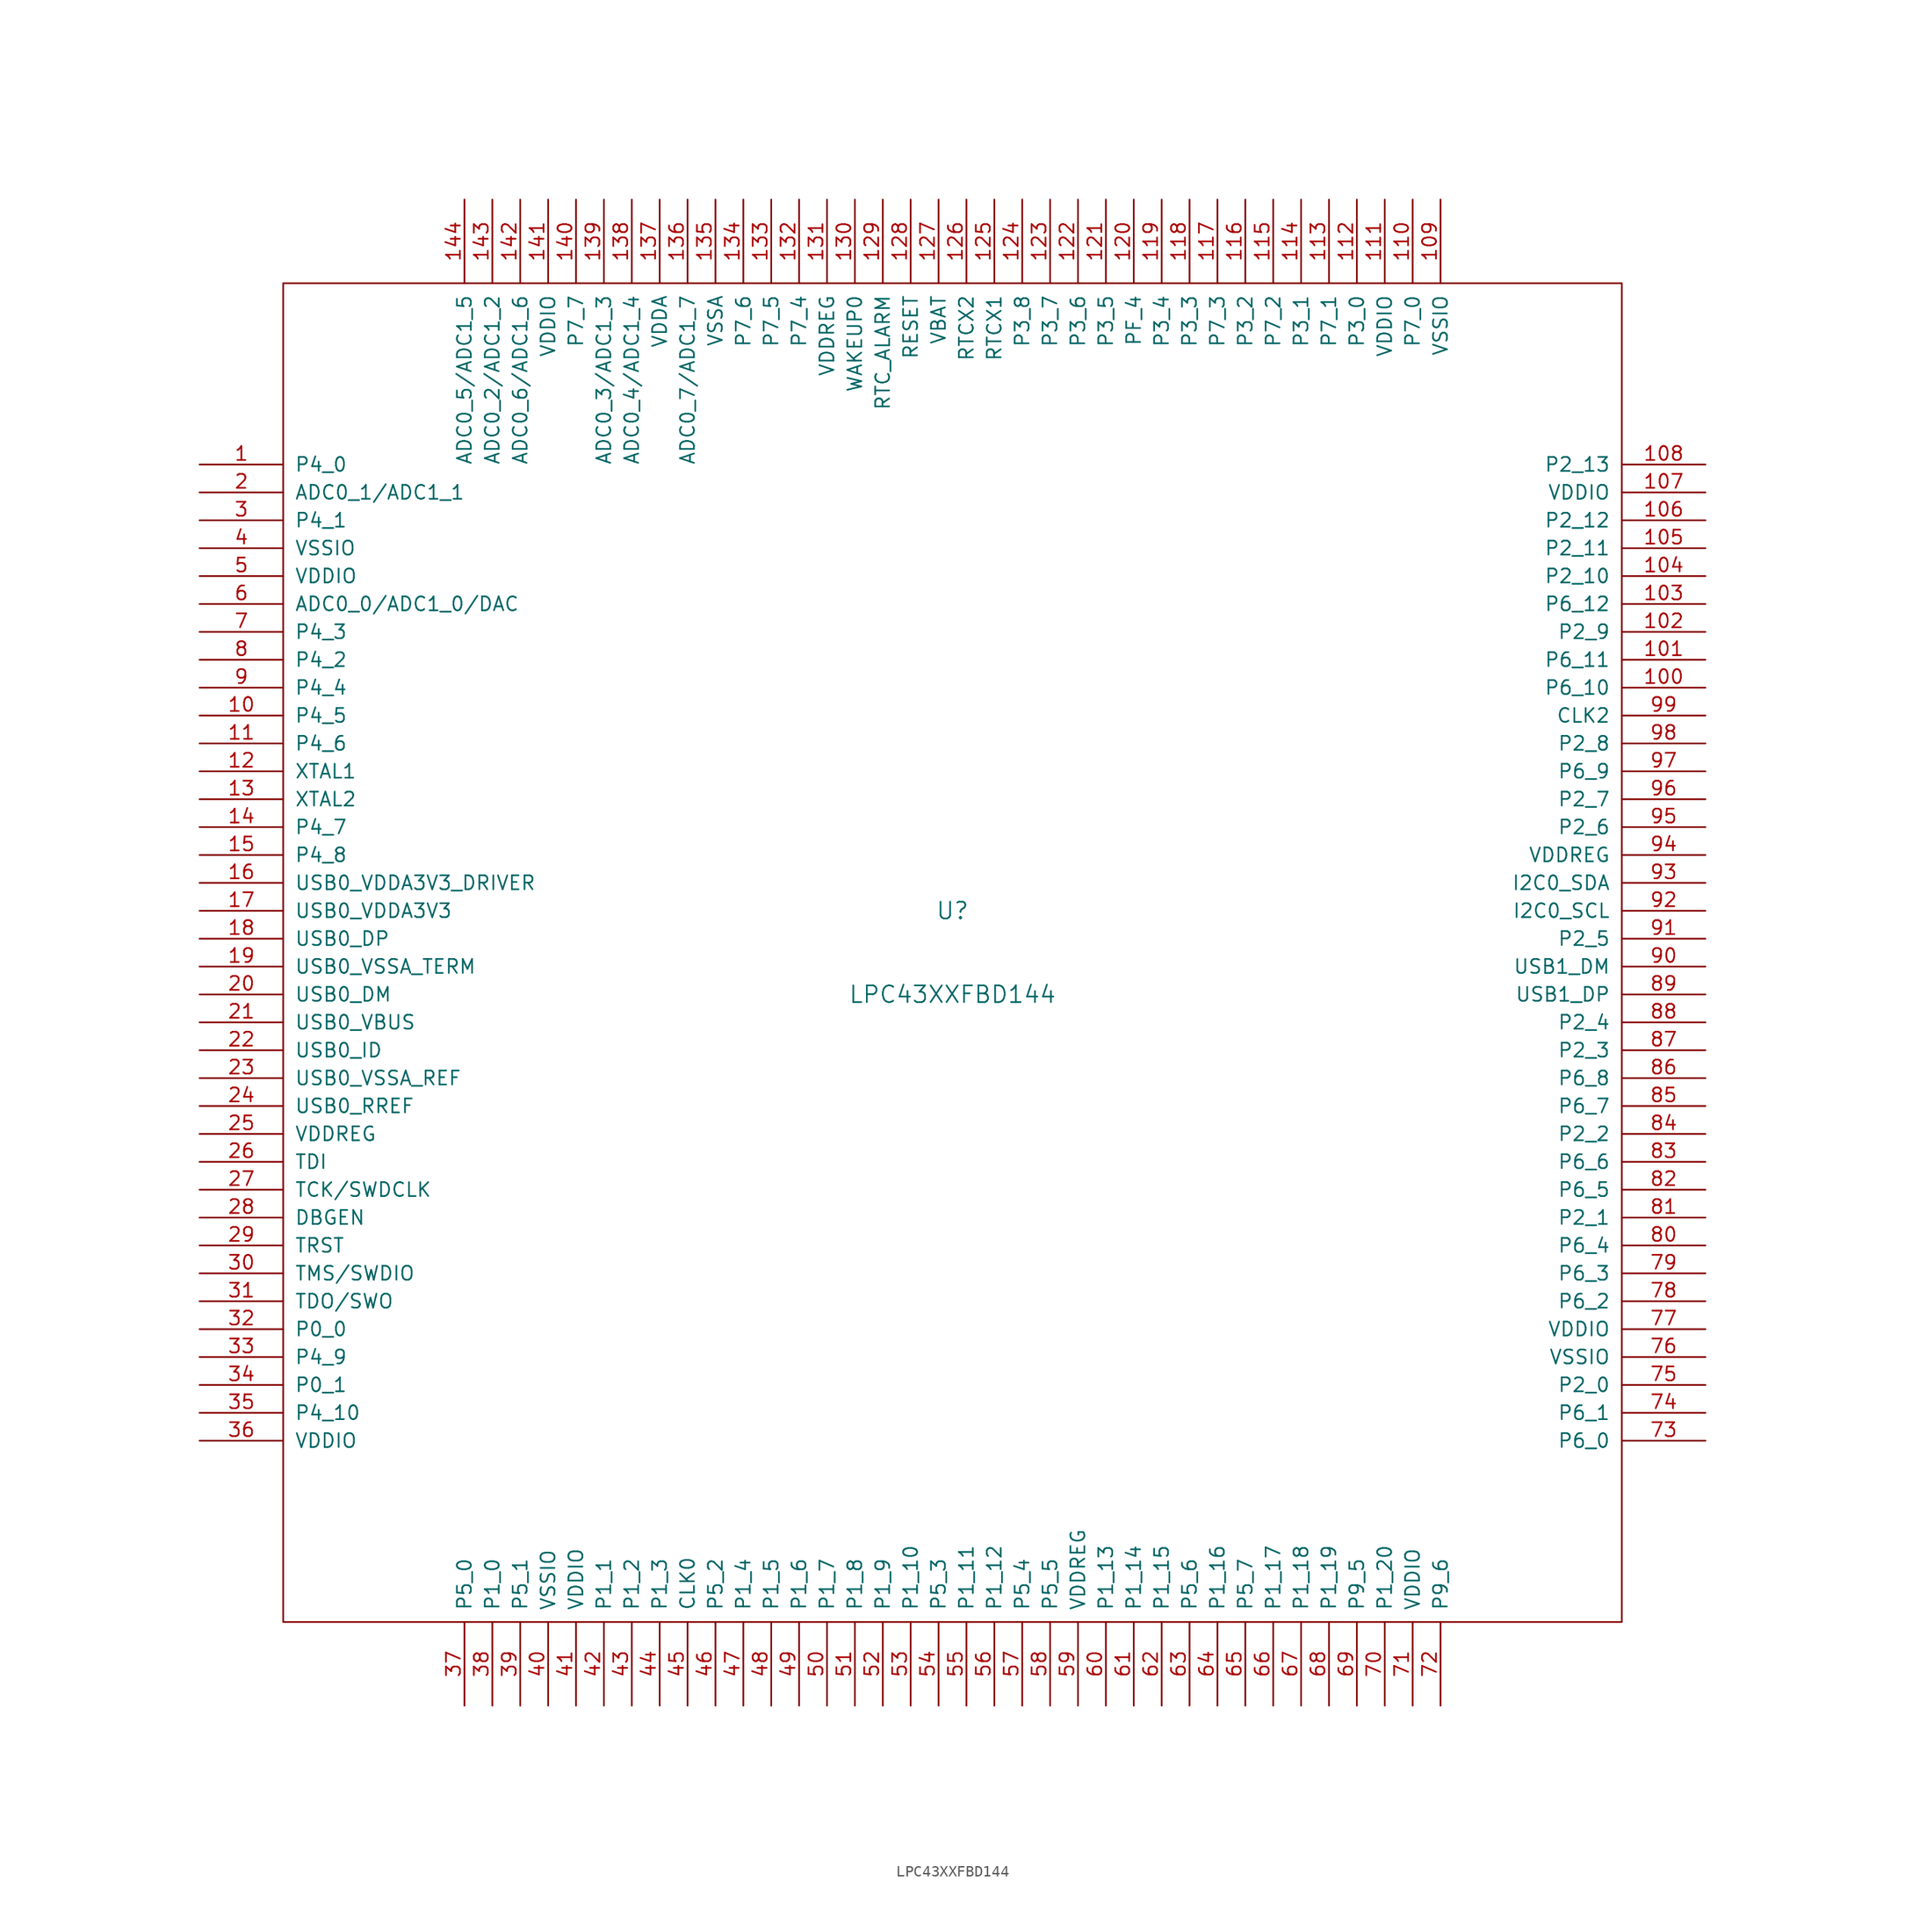
<source format=kicad_sym>
(kicad_symbol_lib
  (version 20211014)
  (generator kicad_symbol_editor)
  (symbol "LPC43XXFBD144"
    (pin_names
      (offset 1.016))
    (property "Reference" "U"
      (at 0 3.81 0)
      (effects (font (size 1.524 1.524))))
    (property "Value" "LPC43XXFBD144"
      (at 0 -3.81 0)
      (effects (font (size 1.524 1.524))))
    (property "Footprint" ""
      (at 0 0 0)
      (effects (font (size 1.524 1.524))))
    (property "Datasheet" ""
      (at 0 0 0)
      (effects (font (size 1.524 1.524))))
    (symbol "LPC43XXFBD144_0_1"
      (rectangle (start -60.96 60.96) (end 60.96 -60.96) (stroke (width 0) (type default) (color 0 0 0 0)) (fill (type none))))
    (symbol "LPC43XXFBD144_1_1"
      (pin bidirectional line (at -68.58 44.45 0) (length 7.62) (name "P4_0" (effects (font (size 1.27 1.27)))) (number "1" (effects (font (size 1.27 1.27)))))
      (pin bidirectional line (at -68.58 21.59 0) (length 7.62) (name "P4_5" (effects (font (size 1.27 1.27)))) (number "10" (effects (font (size 1.27 1.27)))))
      (pin bidirectional line (at 68.58 24.13 180) (length 7.62) (name "P6_10" (effects (font (size 1.27 1.27)))) (number "100" (effects (font (size 1.27 1.27)))))
      (pin bidirectional line (at 68.58 26.67 180) (length 7.62) (name "P6_11" (effects (font (size 1.27 1.27)))) (number "101" (effects (font (size 1.27 1.27)))))
      (pin bidirectional line (at 68.58 29.21 180) (length 7.62) (name "P2_9" (effects (font (size 1.27 1.27)))) (number "102" (effects (font (size 1.27 1.27)))))
      (pin bidirectional line (at 68.58 31.75 180) (length 7.62) (name "P6_12" (effects (font (size 1.27 1.27)))) (number "103" (effects (font (size 1.27 1.27)))))
      (pin bidirectional line (at 68.58 34.29 180) (length 7.62) (name "P2_10" (effects (font (size 1.27 1.27)))) (number "104" (effects (font (size 1.27 1.27)))))
      (pin bidirectional line (at 68.58 36.83 180) (length 7.62) (name "P2_11" (effects (font (size 1.27 1.27)))) (number "105" (effects (font (size 1.27 1.27)))))
      (pin bidirectional line (at 68.58 39.37 180) (length 7.62) (name "P2_12" (effects (font (size 1.27 1.27)))) (number "106" (effects (font (size 1.27 1.27)))))
      (pin power_in line (at 68.58 41.91 180) (length 7.62) (name "VDDIO" (effects (font (size 1.27 1.27)))) (number "107" (effects (font (size 1.27 1.27)))))
      (pin bidirectional line (at 68.58 44.45 180) (length 7.62) (name "P2_13" (effects (font (size 1.27 1.27)))) (number "108" (effects (font (size 1.27 1.27)))))
      (pin power_in line (at 44.45 68.58 270) (length 7.62) (name "VSSIO" (effects (font (size 1.27 1.27)))) (number "109" (effects (font (size 1.27 1.27)))))
      (pin bidirectional line (at -68.58 19.05 0) (length 7.62) (name "P4_6" (effects (font (size 1.27 1.27)))) (number "11" (effects (font (size 1.27 1.27)))))
      (pin bidirectional line (at 41.91 68.58 270) (length 7.62) (name "P7_0" (effects (font (size 1.27 1.27)))) (number "110" (effects (font (size 1.27 1.27)))))
      (pin power_in line (at 39.37 68.58 270) (length 7.62) (name "VDDIO" (effects (font (size 1.27 1.27)))) (number "111" (effects (font (size 1.27 1.27)))))
      (pin bidirectional line (at 36.83 68.58 270) (length 7.62) (name "P3_0" (effects (font (size 1.27 1.27)))) (number "112" (effects (font (size 1.27 1.27)))))
      (pin bidirectional line (at 34.29 68.58 270) (length 7.62) (name "P7_1" (effects (font (size 1.27 1.27)))) (number "113" (effects (font (size 1.27 1.27)))))
      (pin bidirectional line (at 31.75 68.58 270) (length 7.62) (name "P3_1" (effects (font (size 1.27 1.27)))) (number "114" (effects (font (size 1.27 1.27)))))
      (pin bidirectional line (at 29.21 68.58 270) (length 7.62) (name "P7_2" (effects (font (size 1.27 1.27)))) (number "115" (effects (font (size 1.27 1.27)))))
      (pin bidirectional line (at 26.67 68.58 270) (length 7.62) (name "P3_2" (effects (font (size 1.27 1.27)))) (number "116" (effects (font (size 1.27 1.27)))))
      (pin bidirectional line (at 24.13 68.58 270) (length 7.62) (name "P7_3" (effects (font (size 1.27 1.27)))) (number "117" (effects (font (size 1.27 1.27)))))
      (pin bidirectional line (at 21.59 68.58 270) (length 7.62) (name "P3_3" (effects (font (size 1.27 1.27)))) (number "118" (effects (font (size 1.27 1.27)))))
      (pin bidirectional line (at 19.05 68.58 270) (length 7.62) (name "P3_4" (effects (font (size 1.27 1.27)))) (number "119" (effects (font (size 1.27 1.27)))))
      (pin input line (at -68.58 16.51 0) (length 7.62) (name "XTAL1" (effects (font (size 1.27 1.27)))) (number "12" (effects (font (size 1.27 1.27)))))
      (pin bidirectional line (at 16.51 68.58 270) (length 7.62) (name "PF_4" (effects (font (size 1.27 1.27)))) (number "120" (effects (font (size 1.27 1.27)))))
      (pin bidirectional line (at 13.97 68.58 270) (length 7.62) (name "P3_5" (effects (font (size 1.27 1.27)))) (number "121" (effects (font (size 1.27 1.27)))))
      (pin bidirectional line (at 11.43 68.58 270) (length 7.62) (name "P3_6" (effects (font (size 1.27 1.27)))) (number "122" (effects (font (size 1.27 1.27)))))
      (pin bidirectional line (at 8.89 68.58 270) (length 7.62) (name "P3_7" (effects (font (size 1.27 1.27)))) (number "123" (effects (font (size 1.27 1.27)))))
      (pin bidirectional line (at 6.35 68.58 270) (length 7.62) (name "P3_8" (effects (font (size 1.27 1.27)))) (number "124" (effects (font (size 1.27 1.27)))))
      (pin input line (at 3.81 68.58 270) (length 7.62) (name "RTCX1" (effects (font (size 1.27 1.27)))) (number "125" (effects (font (size 1.27 1.27)))))
      (pin output line (at 1.27 68.58 270) (length 7.62) (name "RTCX2" (effects (font (size 1.27 1.27)))) (number "126" (effects (font (size 1.27 1.27)))))
      (pin power_in line (at -1.27 68.58 270) (length 7.62) (name "VBAT" (effects (font (size 1.27 1.27)))) (number "127" (effects (font (size 1.27 1.27)))))
      (pin input line (at -3.81 68.58 270) (length 7.62) (name "RESET" (effects (font (size 1.27 1.27)))) (number "128" (effects (font (size 1.27 1.27)))))
      (pin output line (at -6.35 68.58 270) (length 7.62) (name "RTC_ALARM" (effects (font (size 1.27 1.27)))) (number "129" (effects (font (size 1.27 1.27)))))
      (pin output line (at -68.58 13.97 0) (length 7.62) (name "XTAL2" (effects (font (size 1.27 1.27)))) (number "13" (effects (font (size 1.27 1.27)))))
      (pin input line (at -8.89 68.58 270) (length 7.62) (name "WAKEUP0" (effects (font (size 1.27 1.27)))) (number "130" (effects (font (size 1.27 1.27)))))
      (pin power_in line (at -11.43 68.58 270) (length 7.62) (name "VDDREG" (effects (font (size 1.27 1.27)))) (number "131" (effects (font (size 1.27 1.27)))))
      (pin bidirectional line (at -13.97 68.58 270) (length 7.62) (name "P7_4" (effects (font (size 1.27 1.27)))) (number "132" (effects (font (size 1.27 1.27)))))
      (pin bidirectional line (at -16.51 68.58 270) (length 7.62) (name "P7_5" (effects (font (size 1.27 1.27)))) (number "133" (effects (font (size 1.27 1.27)))))
      (pin bidirectional line (at -19.05 68.58 270) (length 7.62) (name "P7_6" (effects (font (size 1.27 1.27)))) (number "134" (effects (font (size 1.27 1.27)))))
      (pin power_in line (at -21.59 68.58 270) (length 7.62) (name "VSSA" (effects (font (size 1.27 1.27)))) (number "135" (effects (font (size 1.27 1.27)))))
      (pin input line (at -24.13 68.58 270) (length 7.62) (name "ADC0_7/ADC1_7" (effects (font (size 1.27 1.27)))) (number "136" (effects (font (size 1.27 1.27)))))
      (pin power_in line (at -26.67 68.58 270) (length 7.62) (name "VDDA" (effects (font (size 1.27 1.27)))) (number "137" (effects (font (size 1.27 1.27)))))
      (pin input line (at -29.21 68.58 270) (length 7.62) (name "ADC0_4/ADC1_4" (effects (font (size 1.27 1.27)))) (number "138" (effects (font (size 1.27 1.27)))))
      (pin input line (at -31.75 68.58 270) (length 7.62) (name "ADC0_3/ADC1_3" (effects (font (size 1.27 1.27)))) (number "139" (effects (font (size 1.27 1.27)))))
      (pin bidirectional line (at -68.58 11.43 0) (length 7.62) (name "P4_7" (effects (font (size 1.27 1.27)))) (number "14" (effects (font (size 1.27 1.27)))))
      (pin bidirectional line (at -34.29 68.58 270) (length 7.62) (name "P7_7" (effects (font (size 1.27 1.27)))) (number "140" (effects (font (size 1.27 1.27)))))
      (pin power_in line (at -36.83 68.58 270) (length 7.62) (name "VDDIO" (effects (font (size 1.27 1.27)))) (number "141" (effects (font (size 1.27 1.27)))))
      (pin input line (at -39.37 68.58 270) (length 7.62) (name "ADC0_6/ADC1_6" (effects (font (size 1.27 1.27)))) (number "142" (effects (font (size 1.27 1.27)))))
      (pin input line (at -41.91 68.58 270) (length 7.62) (name "ADC0_2/ADC1_2" (effects (font (size 1.27 1.27)))) (number "143" (effects (font (size 1.27 1.27)))))
      (pin input line (at -44.45 68.58 270) (length 7.62) (name "ADC0_5/ADC1_5" (effects (font (size 1.27 1.27)))) (number "144" (effects (font (size 1.27 1.27)))))
      (pin bidirectional line (at -68.58 8.89 0) (length 7.62) (name "P4_8" (effects (font (size 1.27 1.27)))) (number "15" (effects (font (size 1.27 1.27)))))
      (pin power_in line (at -68.58 6.35 0) (length 7.62) (name "USB0_VDDA3V3_DRIVER" (effects (font (size 1.27 1.27)))) (number "16" (effects (font (size 1.27 1.27)))))
      (pin power_in line (at -68.58 3.81 0) (length 7.62) (name "USB0_VDDA3V3" (effects (font (size 1.27 1.27)))) (number "17" (effects (font (size 1.27 1.27)))))
      (pin bidirectional line (at -68.58 1.27 0) (length 7.62) (name "USB0_DP" (effects (font (size 1.27 1.27)))) (number "18" (effects (font (size 1.27 1.27)))))
      (pin power_in line (at -68.58 -1.27 0) (length 7.62) (name "USB0_VSSA_TERM" (effects (font (size 1.27 1.27)))) (number "19" (effects (font (size 1.27 1.27)))))
      (pin input line (at -68.58 41.91 0) (length 7.62) (name "ADC0_1/ADC1_1" (effects (font (size 1.27 1.27)))) (number "2" (effects (font (size 1.27 1.27)))))
      (pin bidirectional line (at -68.58 -3.81 0) (length 7.62) (name "USB0_DM" (effects (font (size 1.27 1.27)))) (number "20" (effects (font (size 1.27 1.27)))))
      (pin bidirectional line (at -68.58 -6.35 0) (length 7.62) (name "USB0_VBUS" (effects (font (size 1.27 1.27)))) (number "21" (effects (font (size 1.27 1.27)))))
      (pin input line (at -68.58 -8.89 0) (length 7.62) (name "USB0_ID" (effects (font (size 1.27 1.27)))) (number "22" (effects (font (size 1.27 1.27)))))
      (pin power_in line (at -68.58 -11.43 0) (length 7.62) (name "USB0_VSSA_REF" (effects (font (size 1.27 1.27)))) (number "23" (effects (font (size 1.27 1.27)))))
      (pin bidirectional line (at -68.58 -13.97 0) (length 7.62) (name "USB0_RREF" (effects (font (size 1.27 1.27)))) (number "24" (effects (font (size 1.27 1.27)))))
      (pin power_in line (at -68.58 -16.51 0) (length 7.62) (name "VDDREG" (effects (font (size 1.27 1.27)))) (number "25" (effects (font (size 1.27 1.27)))))
      (pin input line (at -68.58 -19.05 0) (length 7.62) (name "TDI" (effects (font (size 1.27 1.27)))) (number "26" (effects (font (size 1.27 1.27)))))
      (pin input line (at -68.58 -21.59 0) (length 7.62) (name "TCK/SWDCLK" (effects (font (size 1.27 1.27)))) (number "27" (effects (font (size 1.27 1.27)))))
      (pin input line (at -68.58 -24.13 0) (length 7.62) (name "DBGEN" (effects (font (size 1.27 1.27)))) (number "28" (effects (font (size 1.27 1.27)))))
      (pin input line (at -68.58 -26.67 0) (length 7.62) (name "TRST" (effects (font (size 1.27 1.27)))) (number "29" (effects (font (size 1.27 1.27)))))
      (pin bidirectional line (at -68.58 39.37 0) (length 7.62) (name "P4_1" (effects (font (size 1.27 1.27)))) (number "3" (effects (font (size 1.27 1.27)))))
      (pin input line (at -68.58 -29.21 0) (length 7.62) (name "TMS/SWDIO" (effects (font (size 1.27 1.27)))) (number "30" (effects (font (size 1.27 1.27)))))
      (pin output line (at -68.58 -31.75 0) (length 7.62) (name "TDO/SWO" (effects (font (size 1.27 1.27)))) (number "31" (effects (font (size 1.27 1.27)))))
      (pin bidirectional line (at -68.58 -34.29 0) (length 7.62) (name "P0_0" (effects (font (size 1.27 1.27)))) (number "32" (effects (font (size 1.27 1.27)))))
      (pin bidirectional line (at -68.58 -36.83 0) (length 7.62) (name "P4_9" (effects (font (size 1.27 1.27)))) (number "33" (effects (font (size 1.27 1.27)))))
      (pin bidirectional line (at -68.58 -39.37 0) (length 7.62) (name "P0_1" (effects (font (size 1.27 1.27)))) (number "34" (effects (font (size 1.27 1.27)))))
      (pin bidirectional line (at -68.58 -41.91 0) (length 7.62) (name "P4_10" (effects (font (size 1.27 1.27)))) (number "35" (effects (font (size 1.27 1.27)))))
      (pin power_in line (at -68.58 -44.45 0) (length 7.62) (name "VDDIO" (effects (font (size 1.27 1.27)))) (number "36" (effects (font (size 1.27 1.27)))))
      (pin bidirectional line (at -44.45 -68.58 90) (length 7.62) (name "P5_0" (effects (font (size 1.27 1.27)))) (number "37" (effects (font (size 1.27 1.27)))))
      (pin bidirectional line (at -41.91 -68.58 90) (length 7.62) (name "P1_0" (effects (font (size 1.27 1.27)))) (number "38" (effects (font (size 1.27 1.27)))))
      (pin bidirectional line (at -39.37 -68.58 90) (length 7.62) (name "P5_1" (effects (font (size 1.27 1.27)))) (number "39" (effects (font (size 1.27 1.27)))))
      (pin power_in line (at -68.58 36.83 0) (length 7.62) (name "VSSIO" (effects (font (size 1.27 1.27)))) (number "4" (effects (font (size 1.27 1.27)))))
      (pin power_in line (at -36.83 -68.58 90) (length 7.62) (name "VSSIO" (effects (font (size 1.27 1.27)))) (number "40" (effects (font (size 1.27 1.27)))))
      (pin power_in line (at -34.29 -68.58 90) (length 7.62) (name "VDDIO" (effects (font (size 1.27 1.27)))) (number "41" (effects (font (size 1.27 1.27)))))
      (pin bidirectional line (at -31.75 -68.58 90) (length 7.62) (name "P1_1" (effects (font (size 1.27 1.27)))) (number "42" (effects (font (size 1.27 1.27)))))
      (pin bidirectional line (at -29.21 -68.58 90) (length 7.62) (name "P1_2" (effects (font (size 1.27 1.27)))) (number "43" (effects (font (size 1.27 1.27)))))
      (pin bidirectional line (at -26.67 -68.58 90) (length 7.62) (name "P1_3" (effects (font (size 1.27 1.27)))) (number "44" (effects (font (size 1.27 1.27)))))
      (pin bidirectional line (at -24.13 -68.58 90) (length 7.62) (name "CLK0" (effects (font (size 1.27 1.27)))) (number "45" (effects (font (size 1.27 1.27)))))
      (pin bidirectional line (at -21.59 -68.58 90) (length 7.62) (name "P5_2" (effects (font (size 1.27 1.27)))) (number "46" (effects (font (size 1.27 1.27)))))
      (pin bidirectional line (at -19.05 -68.58 90) (length 7.62) (name "P1_4" (effects (font (size 1.27 1.27)))) (number "47" (effects (font (size 1.27 1.27)))))
      (pin bidirectional line (at -16.51 -68.58 90) (length 7.62) (name "P1_5" (effects (font (size 1.27 1.27)))) (number "48" (effects (font (size 1.27 1.27)))))
      (pin bidirectional line (at -13.97 -68.58 90) (length 7.62) (name "P1_6" (effects (font (size 1.27 1.27)))) (number "49" (effects (font (size 1.27 1.27)))))
      (pin power_in line (at -68.58 34.29 0) (length 7.62) (name "VDDIO" (effects (font (size 1.27 1.27)))) (number "5" (effects (font (size 1.27 1.27)))))
      (pin bidirectional line (at -11.43 -68.58 90) (length 7.62) (name "P1_7" (effects (font (size 1.27 1.27)))) (number "50" (effects (font (size 1.27 1.27)))))
      (pin bidirectional line (at -8.89 -68.58 90) (length 7.62) (name "P1_8" (effects (font (size 1.27 1.27)))) (number "51" (effects (font (size 1.27 1.27)))))
      (pin bidirectional line (at -6.35 -68.58 90) (length 7.62) (name "P1_9" (effects (font (size 1.27 1.27)))) (number "52" (effects (font (size 1.27 1.27)))))
      (pin bidirectional line (at -3.81 -68.58 90) (length 7.62) (name "P1_10" (effects (font (size 1.27 1.27)))) (number "53" (effects (font (size 1.27 1.27)))))
      (pin bidirectional line (at -1.27 -68.58 90) (length 7.62) (name "P5_3" (effects (font (size 1.27 1.27)))) (number "54" (effects (font (size 1.27 1.27)))))
      (pin bidirectional line (at 1.27 -68.58 90) (length 7.62) (name "P1_11" (effects (font (size 1.27 1.27)))) (number "55" (effects (font (size 1.27 1.27)))))
      (pin bidirectional line (at 3.81 -68.58 90) (length 7.62) (name "P1_12" (effects (font (size 1.27 1.27)))) (number "56" (effects (font (size 1.27 1.27)))))
      (pin bidirectional line (at 6.35 -68.58 90) (length 7.62) (name "P5_4" (effects (font (size 1.27 1.27)))) (number "57" (effects (font (size 1.27 1.27)))))
      (pin bidirectional line (at 8.89 -68.58 90) (length 7.62) (name "P5_5" (effects (font (size 1.27 1.27)))) (number "58" (effects (font (size 1.27 1.27)))))
      (pin power_in line (at 11.43 -68.58 90) (length 7.62) (name "VDDREG" (effects (font (size 1.27 1.27)))) (number "59" (effects (font (size 1.27 1.27)))))
      (pin bidirectional line (at -68.58 31.75 0) (length 7.62) (name "ADC0_0/ADC1_0/DAC" (effects (font (size 1.27 1.27)))) (number "6" (effects (font (size 1.27 1.27)))))
      (pin bidirectional line (at 13.97 -68.58 90) (length 7.62) (name "P1_13" (effects (font (size 1.27 1.27)))) (number "60" (effects (font (size 1.27 1.27)))))
      (pin bidirectional line (at 16.51 -68.58 90) (length 7.62) (name "P1_14" (effects (font (size 1.27 1.27)))) (number "61" (effects (font (size 1.27 1.27)))))
      (pin bidirectional line (at 19.05 -68.58 90) (length 7.62) (name "P1_15" (effects (font (size 1.27 1.27)))) (number "62" (effects (font (size 1.27 1.27)))))
      (pin bidirectional line (at 21.59 -68.58 90) (length 7.62) (name "P5_6" (effects (font (size 1.27 1.27)))) (number "63" (effects (font (size 1.27 1.27)))))
      (pin bidirectional line (at 24.13 -68.58 90) (length 7.62) (name "P1_16" (effects (font (size 1.27 1.27)))) (number "64" (effects (font (size 1.27 1.27)))))
      (pin bidirectional line (at 26.67 -68.58 90) (length 7.62) (name "P5_7" (effects (font (size 1.27 1.27)))) (number "65" (effects (font (size 1.27 1.27)))))
      (pin bidirectional line (at 29.21 -68.58 90) (length 7.62) (name "P1_17" (effects (font (size 1.27 1.27)))) (number "66" (effects (font (size 1.27 1.27)))))
      (pin bidirectional line (at 31.75 -68.58 90) (length 7.62) (name "P1_18" (effects (font (size 1.27 1.27)))) (number "67" (effects (font (size 1.27 1.27)))))
      (pin bidirectional line (at 34.29 -68.58 90) (length 7.62) (name "P1_19" (effects (font (size 1.27 1.27)))) (number "68" (effects (font (size 1.27 1.27)))))
      (pin bidirectional line (at 36.83 -68.58 90) (length 7.62) (name "P9_5" (effects (font (size 1.27 1.27)))) (number "69" (effects (font (size 1.27 1.27)))))
      (pin bidirectional line (at -68.58 29.21 0) (length 7.62) (name "P4_3" (effects (font (size 1.27 1.27)))) (number "7" (effects (font (size 1.27 1.27)))))
      (pin bidirectional line (at 39.37 -68.58 90) (length 7.62) (name "P1_20" (effects (font (size 1.27 1.27)))) (number "70" (effects (font (size 1.27 1.27)))))
      (pin power_in line (at 41.91 -68.58 90) (length 7.62) (name "VDDIO" (effects (font (size 1.27 1.27)))) (number "71" (effects (font (size 1.27 1.27)))))
      (pin bidirectional line (at 44.45 -68.58 90) (length 7.62) (name "P9_6" (effects (font (size 1.27 1.27)))) (number "72" (effects (font (size 1.27 1.27)))))
      (pin bidirectional line (at 68.58 -44.45 180) (length 7.62) (name "P6_0" (effects (font (size 1.27 1.27)))) (number "73" (effects (font (size 1.27 1.27)))))
      (pin bidirectional line (at 68.58 -41.91 180) (length 7.62) (name "P6_1" (effects (font (size 1.27 1.27)))) (number "74" (effects (font (size 1.27 1.27)))))
      (pin bidirectional line (at 68.58 -39.37 180) (length 7.62) (name "P2_0" (effects (font (size 1.27 1.27)))) (number "75" (effects (font (size 1.27 1.27)))))
      (pin power_in line (at 68.58 -36.83 180) (length 7.62) (name "VSSIO" (effects (font (size 1.27 1.27)))) (number "76" (effects (font (size 1.27 1.27)))))
      (pin power_in line (at 68.58 -34.29 180) (length 7.62) (name "VDDIO" (effects (font (size 1.27 1.27)))) (number "77" (effects (font (size 1.27 1.27)))))
      (pin bidirectional line (at 68.58 -31.75 180) (length 7.62) (name "P6_2" (effects (font (size 1.27 1.27)))) (number "78" (effects (font (size 1.27 1.27)))))
      (pin bidirectional line (at 68.58 -29.21 180) (length 7.62) (name "P6_3" (effects (font (size 1.27 1.27)))) (number "79" (effects (font (size 1.27 1.27)))))
      (pin bidirectional line (at -68.58 26.67 0) (length 7.62) (name "P4_2" (effects (font (size 1.27 1.27)))) (number "8" (effects (font (size 1.27 1.27)))))
      (pin bidirectional line (at 68.58 -26.67 180) (length 7.62) (name "P6_4" (effects (font (size 1.27 1.27)))) (number "80" (effects (font (size 1.27 1.27)))))
      (pin bidirectional line (at 68.58 -24.13 180) (length 7.62) (name "P2_1" (effects (font (size 1.27 1.27)))) (number "81" (effects (font (size 1.27 1.27)))))
      (pin bidirectional line (at 68.58 -21.59 180) (length 7.62) (name "P6_5" (effects (font (size 1.27 1.27)))) (number "82" (effects (font (size 1.27 1.27)))))
      (pin bidirectional line (at 68.58 -19.05 180) (length 7.62) (name "P6_6" (effects (font (size 1.27 1.27)))) (number "83" (effects (font (size 1.27 1.27)))))
      (pin bidirectional line (at 68.58 -16.51 180) (length 7.62) (name "P2_2" (effects (font (size 1.27 1.27)))) (number "84" (effects (font (size 1.27 1.27)))))
      (pin bidirectional line (at 68.58 -13.97 180) (length 7.62) (name "P6_7" (effects (font (size 1.27 1.27)))) (number "85" (effects (font (size 1.27 1.27)))))
      (pin bidirectional line (at 68.58 -11.43 180) (length 7.62) (name "P6_8" (effects (font (size 1.27 1.27)))) (number "86" (effects (font (size 1.27 1.27)))))
      (pin bidirectional line (at 68.58 -8.89 180) (length 7.62) (name "P2_3" (effects (font (size 1.27 1.27)))) (number "87" (effects (font (size 1.27 1.27)))))
      (pin bidirectional line (at 68.58 -6.35 180) (length 7.62) (name "P2_4" (effects (font (size 1.27 1.27)))) (number "88" (effects (font (size 1.27 1.27)))))
      (pin bidirectional line (at 68.58 -3.81 180) (length 7.62) (name "USB1_DP" (effects (font (size 1.27 1.27)))) (number "89" (effects (font (size 1.27 1.27)))))
      (pin bidirectional line (at -68.58 24.13 0) (length 7.62) (name "P4_4" (effects (font (size 1.27 1.27)))) (number "9" (effects (font (size 1.27 1.27)))))
      (pin bidirectional line (at 68.58 -1.27 180) (length 7.62) (name "USB1_DM" (effects (font (size 1.27 1.27)))) (number "90" (effects (font (size 1.27 1.27)))))
      (pin bidirectional line (at 68.58 1.27 180) (length 7.62) (name "P2_5" (effects (font (size 1.27 1.27)))) (number "91" (effects (font (size 1.27 1.27)))))
      (pin bidirectional line (at 68.58 3.81 180) (length 7.62) (name "I2C0_SCL" (effects (font (size 1.27 1.27)))) (number "92" (effects (font (size 1.27 1.27)))))
      (pin bidirectional line (at 68.58 6.35 180) (length 7.62) (name "I2C0_SDA" (effects (font (size 1.27 1.27)))) (number "93" (effects (font (size 1.27 1.27)))))
      (pin power_in line (at 68.58 8.89 180) (length 7.62) (name "VDDREG" (effects (font (size 1.27 1.27)))) (number "94" (effects (font (size 1.27 1.27)))))
      (pin bidirectional line (at 68.58 11.43 180) (length 7.62) (name "P2_6" (effects (font (size 1.27 1.27)))) (number "95" (effects (font (size 1.27 1.27)))))
      (pin bidirectional line (at 68.58 13.97 180) (length 7.62) (name "P2_7" (effects (font (size 1.27 1.27)))) (number "96" (effects (font (size 1.27 1.27)))))
      (pin bidirectional line (at 68.58 16.51 180) (length 7.62) (name "P6_9" (effects (font (size 1.27 1.27)))) (number "97" (effects (font (size 1.27 1.27)))))
      (pin bidirectional line (at 68.58 19.05 180) (length 7.62) (name "P2_8" (effects (font (size 1.27 1.27)))) (number "98" (effects (font (size 1.27 1.27)))))
      (pin bidirectional line (at 68.58 21.59 180) (length 7.62) (name "CLK2" (effects (font (size 1.27 1.27)))) (number "99" (effects (font (size 1.27 1.27))))))))
</source>
